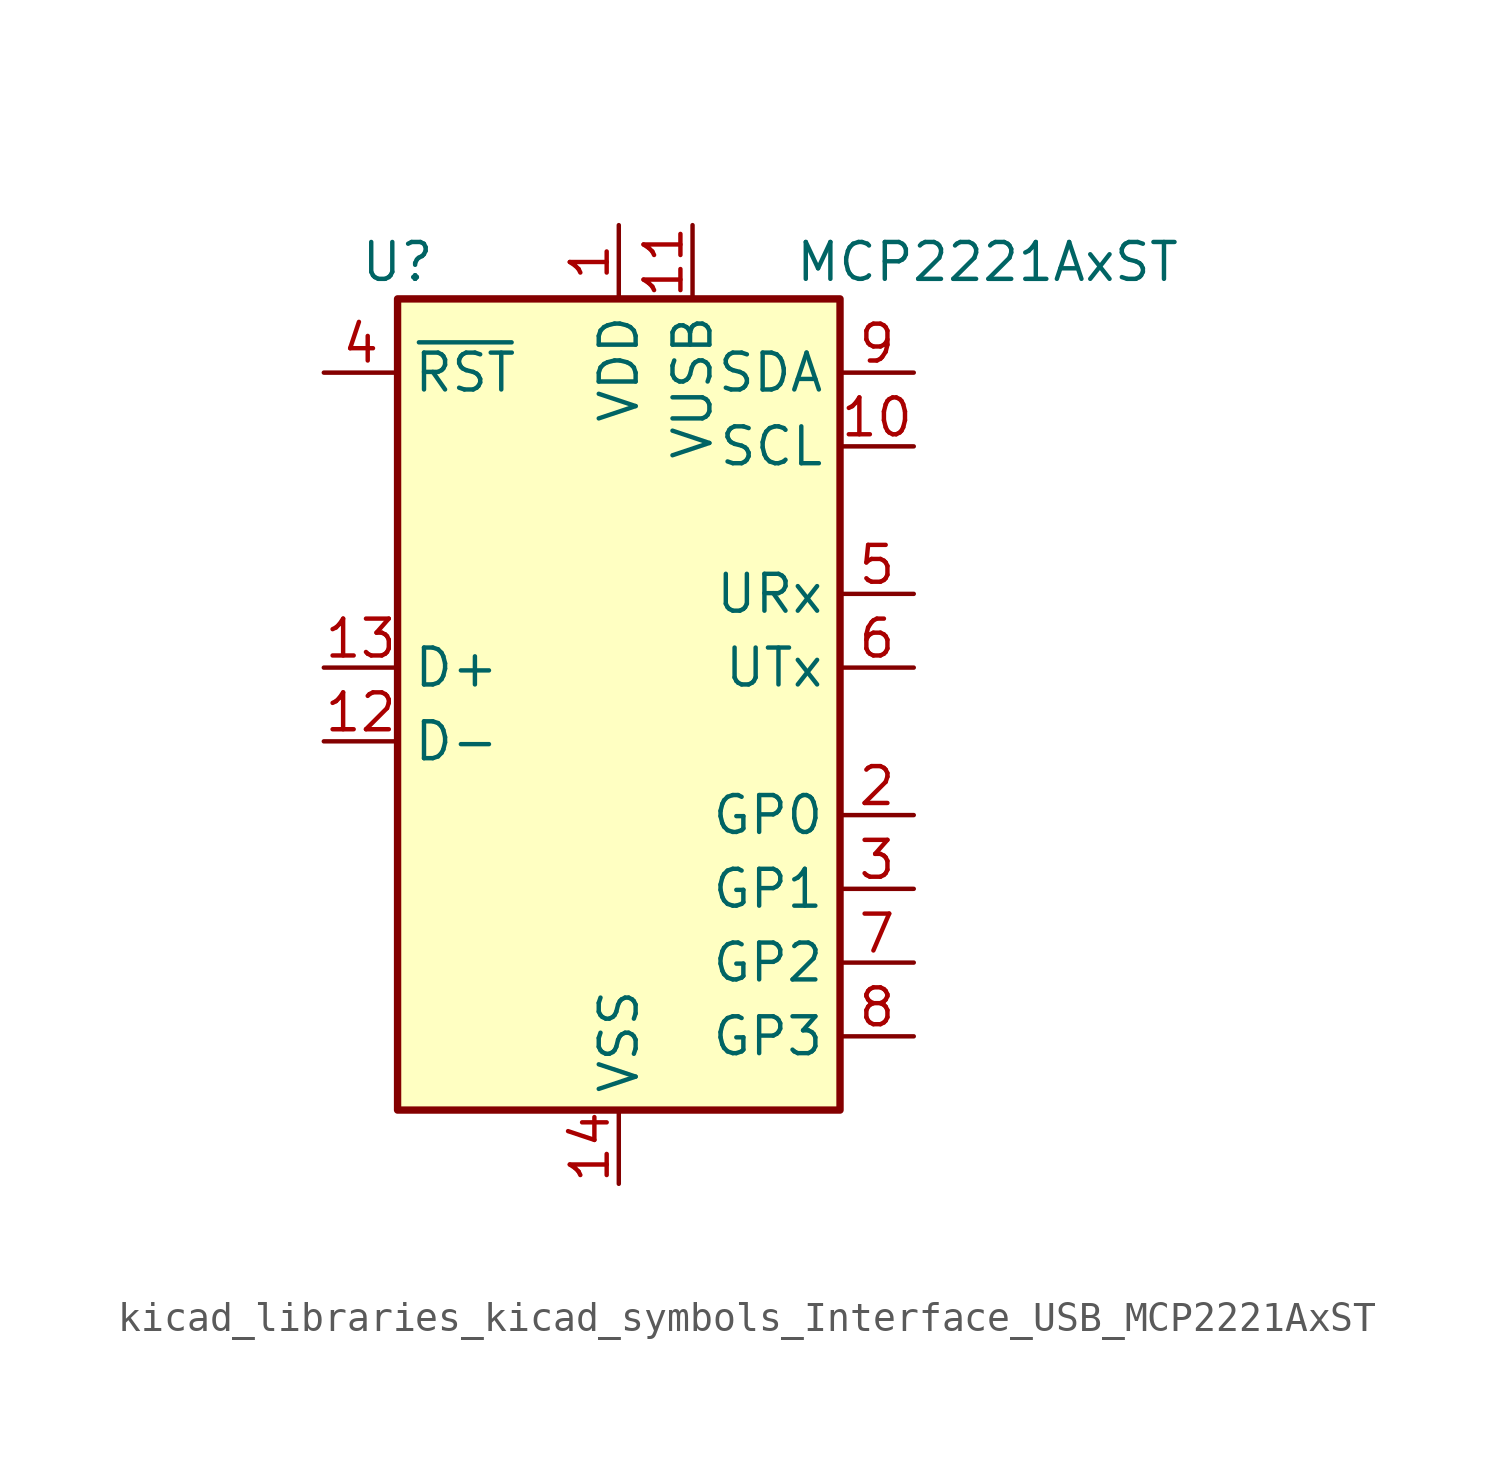
<source format=kicad_sym>
(kicad_symbol_lib
  (version 20220914)
  (generator kicad_symbol_editor)
  (symbol "kicad_libraries_kicad_symbols_Interface_USB_MCP2221AxST"
    (property "Reference" "U"
      (at -7.62 16.51 0)
      (effects (font (size 1.27 1.27))))
    (property "Value" "MCP2221AxST"
      (at 12.7 16.51 0)
      (effects (font (size 1.27 1.27))))
    (symbol "kicad_libraries_kicad_symbols_Interface_USB_MCP2221AxST_0_1"
      (rectangle (start -7.62 15.24) (end 7.62 -12.7) (stroke (width 0.254) (type default)) (fill (type background))))
    (symbol "kicad_libraries_kicad_symbols_Interface_USB_MCP2221AxST_1_1"
      (pin power_in line (at 0 17.78 270) (length 2.54) (name "VDD" (effects (font (size 1.27 1.27)))) (number "1" (effects (font (size 1.27 1.27)))))
      (pin bidirectional line (at 10.16 10.16 180) (length 2.54) (name "SCL" (effects (font (size 1.27 1.27)))) (number "10" (effects (font (size 1.27 1.27)))))
      (pin passive line (at 2.54 17.78 270) (length 2.54) (name "VUSB" (effects (font (size 1.27 1.27)))) (number "11" (effects (font (size 1.27 1.27)))))
      (pin bidirectional line (at -10.16 0 0) (length 2.54) (name "D-" (effects (font (size 1.27 1.27)))) (number "12" (effects (font (size 1.27 1.27)))))
      (pin bidirectional line (at -10.16 2.54 0) (length 2.54) (name "D+" (effects (font (size 1.27 1.27)))) (number "13" (effects (font (size 1.27 1.27)))))
      (pin power_in line (at 0 -15.24 90) (length 2.54) (name "VSS" (effects (font (size 1.27 1.27)))) (number "14" (effects (font (size 1.27 1.27)))))
      (pin bidirectional line (at 10.16 -2.54 180) (length 2.54) (name "GP0" (effects (font (size 1.27 1.27)))) (number "2" (effects (font (size 1.27 1.27)))))
      (pin bidirectional line (at 10.16 -5.08 180) (length 2.54) (name "GP1" (effects (font (size 1.27 1.27)))) (number "3" (effects (font (size 1.27 1.27)))))
      (pin input line (at -10.16 12.7 0) (length 2.54) (name "~{RST}" (effects (font (size 1.27 1.27)))) (number "4" (effects (font (size 1.27 1.27)))))
      (pin input line (at 10.16 5.08 180) (length 2.54) (name "URx" (effects (font (size 1.27 1.27)))) (number "5" (effects (font (size 1.27 1.27)))))
      (pin output line (at 10.16 2.54 180) (length 2.54) (name "UTx" (effects (font (size 1.27 1.27)))) (number "6" (effects (font (size 1.27 1.27)))))
      (pin bidirectional line (at 10.16 -7.62 180) (length 2.54) (name "GP2" (effects (font (size 1.27 1.27)))) (number "7" (effects (font (size 1.27 1.27)))))
      (pin bidirectional line (at 10.16 -10.16 180) (length 2.54) (name "GP3" (effects (font (size 1.27 1.27)))) (number "8" (effects (font (size 1.27 1.27)))))
      (pin bidirectional line (at 10.16 12.7 180) (length 2.54) (name "SDA" (effects (font (size 1.27 1.27)))) (number "9" (effects (font (size 1.27 1.27))))))))
</source>
